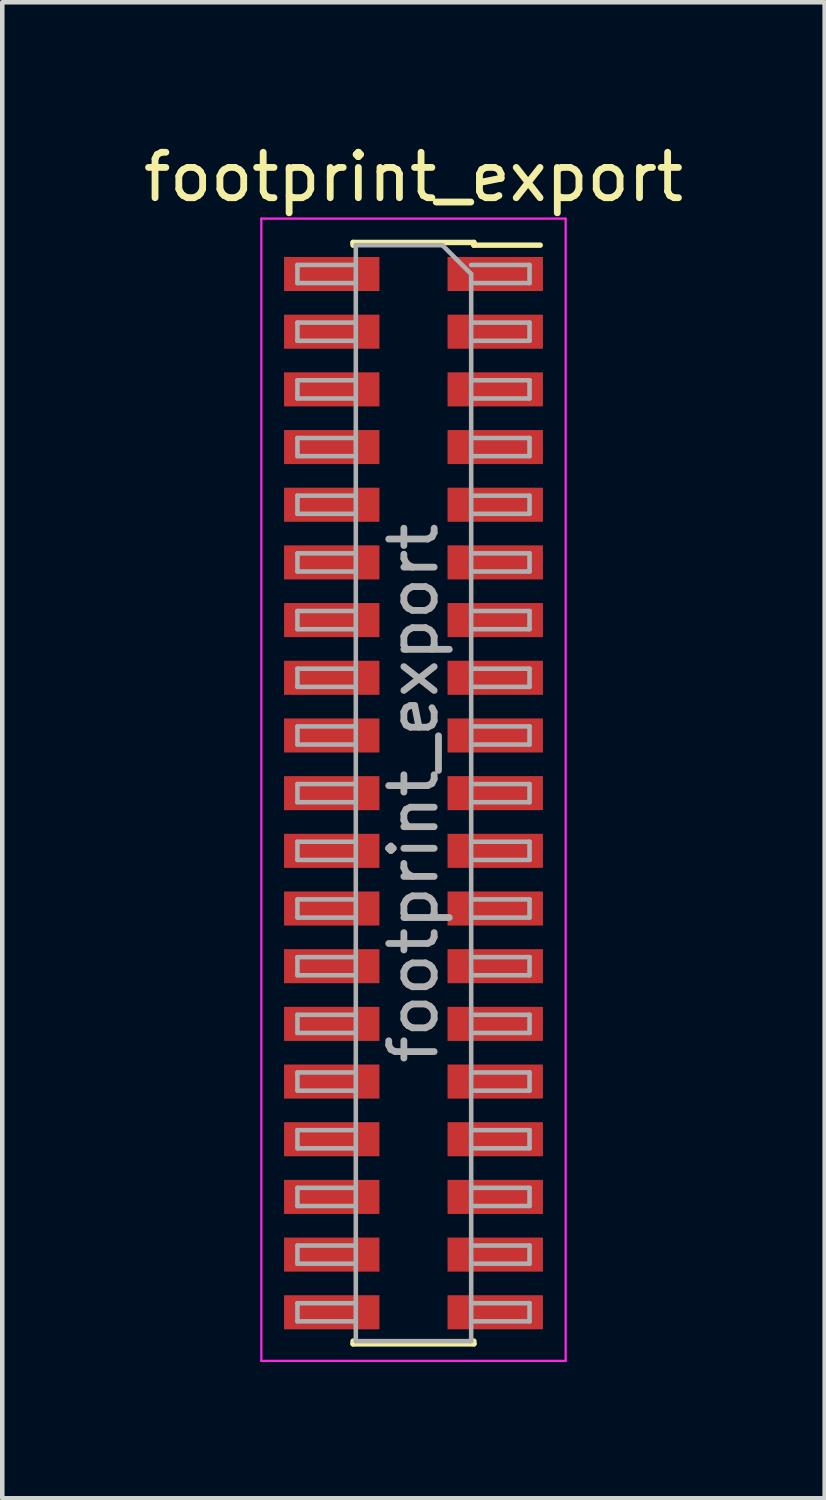
<source format=kicad_pcb>
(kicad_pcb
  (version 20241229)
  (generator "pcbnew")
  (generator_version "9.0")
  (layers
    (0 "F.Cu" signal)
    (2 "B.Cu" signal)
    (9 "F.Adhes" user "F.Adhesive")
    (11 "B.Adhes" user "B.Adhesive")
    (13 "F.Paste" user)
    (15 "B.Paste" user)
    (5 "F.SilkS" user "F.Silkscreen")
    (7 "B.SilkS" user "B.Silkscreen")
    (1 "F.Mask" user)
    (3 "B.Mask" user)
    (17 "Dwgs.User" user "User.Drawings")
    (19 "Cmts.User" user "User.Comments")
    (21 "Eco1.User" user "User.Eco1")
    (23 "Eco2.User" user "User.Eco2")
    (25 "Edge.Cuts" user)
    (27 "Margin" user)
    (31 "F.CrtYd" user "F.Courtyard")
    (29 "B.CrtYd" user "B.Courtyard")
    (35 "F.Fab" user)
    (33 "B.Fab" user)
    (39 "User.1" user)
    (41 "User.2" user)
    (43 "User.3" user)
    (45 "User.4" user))
  (footprint "footprint_export"
    (layer "F.Cu")
    (at 6.054 14.413)
    (property "Reference" "footprint_export" (at 0 -13.565 0) (layer "F.SilkS") (effects (font (size 1 1) (thickness 0.15))))
    (attr smd)
    (fp_line (start -1.33 -12.125) (end -1.33 -12.065) (stroke (width 0.12) (type solid)) (layer "F.SilkS"))
    (fp_line (start -1.33 -12.125) (end 1.33 -12.125) (stroke (width 0.12) (type solid)) (layer "F.SilkS"))
    (fp_line (start -1.33 12.065) (end -1.33 12.125) (stroke (width 0.12) (type solid)) (layer "F.SilkS"))
    (fp_line (start -1.33 12.125) (end 1.33 12.125) (stroke (width 0.12) (type solid)) (layer "F.SilkS"))
    (fp_line (start 1.33 -12.125) (end 1.33 -12.065) (stroke (width 0.12) (type solid)) (layer "F.SilkS"))
    (fp_line (start 1.33 -12.065) (end 2.79 -12.065) (stroke (width 0.12) (type solid)) (layer "F.SilkS"))
    (fp_line (start 1.33 12.065) (end 1.33 12.125) (stroke (width 0.12) (type solid)) (layer "F.SilkS"))
    (fp_line (start -3.35 -12.65) (end 3.35 -12.65) (stroke (width 0.05) (type solid)) (layer "F.CrtYd"))
    (fp_line (start -3.35 12.5) (end -3.35 -12.65) (stroke (width 0.05) (type solid)) (layer "F.CrtYd"))
    (fp_line (start 3.35 -12.65) (end 3.35 12.5) (stroke (width 0.05) (type solid)) (layer "F.CrtYd"))
    (fp_line (start 3.35 12.5) (end -3.35 12.5) (stroke (width 0.05) (type solid)) (layer "F.CrtYd"))
    (fp_line (start -2.555 -11.63) (end -1.27 -11.63) (stroke (width 0.1) (type solid)) (layer "F.Fab"))
    (fp_line (start -2.555 -11.23) (end -2.555 -11.63) (stroke (width 0.1) (type solid)) (layer "F.Fab"))
    (fp_line (start -2.555 -10.36) (end -1.27 -10.36) (stroke (width 0.1) (type solid)) (layer "F.Fab"))
    (fp_line (start -2.555 -9.96) (end -2.555 -10.36) (stroke (width 0.1) (type solid)) (layer "F.Fab"))
    (fp_line (start -2.555 -9.09) (end -1.27 -9.09) (stroke (width 0.1) (type solid)) (layer "F.Fab"))
    (fp_line (start -2.555 -8.69) (end -2.555 -9.09) (stroke (width 0.1) (type solid)) (layer "F.Fab"))
    (fp_line (start -2.555 -7.82) (end -1.27 -7.82) (stroke (width 0.1) (type solid)) (layer "F.Fab"))
    (fp_line (start -2.555 -7.42) (end -2.555 -7.82) (stroke (width 0.1) (type solid)) (layer "F.Fab"))
    (fp_line (start -2.555 -6.55) (end -1.27 -6.55) (stroke (width 0.1) (type solid)) (layer "F.Fab"))
    (fp_line (start -2.555 -6.15) (end -2.555 -6.55) (stroke (width 0.1) (type solid)) (layer "F.Fab"))
    (fp_line (start -2.555 -5.28) (end -1.27 -5.28) (stroke (width 0.1) (type solid)) (layer "F.Fab"))
    (fp_line (start -2.555 -4.88) (end -2.555 -5.28) (stroke (width 0.1) (type solid)) (layer "F.Fab"))
    (fp_line (start -2.555 -4.01) (end -1.27 -4.01) (stroke (width 0.1) (type solid)) (layer "F.Fab"))
    (fp_line (start -2.555 -3.61) (end -2.555 -4.01) (stroke (width 0.1) (type solid)) (layer "F.Fab"))
    (fp_line (start -2.555 -2.74) (end -1.27 -2.74) (stroke (width 0.1) (type solid)) (layer "F.Fab"))
    (fp_line (start -2.555 -2.34) (end -2.555 -2.74) (stroke (width 0.1) (type solid)) (layer "F.Fab"))
    (fp_line (start -2.555 -1.47) (end -1.27 -1.47) (stroke (width 0.1) (type solid)) (layer "F.Fab"))
    (fp_line (start -2.555 -1.07) (end -2.555 -1.47) (stroke (width 0.1) (type solid)) (layer "F.Fab"))
    (fp_line (start -2.555 -0.2) (end -1.27 -0.2) (stroke (width 0.1) (type solid)) (layer "F.Fab"))
    (fp_line (start -2.555 0.2) (end -2.555 -0.2) (stroke (width 0.1) (type solid)) (layer "F.Fab"))
    (fp_line (start -2.555 1.07) (end -1.27 1.07) (stroke (width 0.1) (type solid)) (layer "F.Fab"))
    (fp_line (start -2.555 1.47) (end -2.555 1.07) (stroke (width 0.1) (type solid)) (layer "F.Fab"))
    (fp_line (start -2.555 2.34) (end -1.27 2.34) (stroke (width 0.1) (type solid)) (layer "F.Fab"))
    (fp_line (start -2.555 2.74) (end -2.555 2.34) (stroke (width 0.1) (type solid)) (layer "F.Fab"))
    (fp_line (start -2.555 3.61) (end -1.27 3.61) (stroke (width 0.1) (type solid)) (layer "F.Fab"))
    (fp_line (start -2.555 4.01) (end -2.555 3.61) (stroke (width 0.1) (type solid)) (layer "F.Fab"))
    (fp_line (start -2.555 4.88) (end -1.27 4.88) (stroke (width 0.1) (type solid)) (layer "F.Fab"))
    (fp_line (start -2.555 5.28) (end -2.555 4.88) (stroke (width 0.1) (type solid)) (layer "F.Fab"))
    (fp_line (start -2.555 6.15) (end -1.27 6.15) (stroke (width 0.1) (type solid)) (layer "F.Fab"))
    (fp_line (start -2.555 6.55) (end -2.555 6.15) (stroke (width 0.1) (type solid)) (layer "F.Fab"))
    (fp_line (start -2.555 7.42) (end -1.27 7.42) (stroke (width 0.1) (type solid)) (layer "F.Fab"))
    (fp_line (start -2.555 7.82) (end -2.555 7.42) (stroke (width 0.1) (type solid)) (layer "F.Fab"))
    (fp_line (start -2.555 8.69) (end -1.27 8.69) (stroke (width 0.1) (type solid)) (layer "F.Fab"))
    (fp_line (start -2.555 9.09) (end -2.555 8.69) (stroke (width 0.1) (type solid)) (layer "F.Fab"))
    (fp_line (start -2.555 9.96) (end -1.27 9.96) (stroke (width 0.1) (type solid)) (layer "F.Fab"))
    (fp_line (start -2.555 10.36) (end -2.555 9.96) (stroke (width 0.1) (type solid)) (layer "F.Fab"))
    (fp_line (start -2.555 11.23) (end -1.27 11.23) (stroke (width 0.1) (type solid)) (layer "F.Fab"))
    (fp_line (start -2.555 11.63) (end -2.555 11.23) (stroke (width 0.1) (type solid)) (layer "F.Fab"))
    (fp_line (start -1.27 -12.065) (end 0.635 -12.065) (stroke (width 0.1) (type solid)) (layer "F.Fab"))
    (fp_line (start -1.27 -11.23) (end -2.555 -11.23) (stroke (width 0.1) (type solid)) (layer "F.Fab"))
    (fp_line (start -1.27 -9.96) (end -2.555 -9.96) (stroke (width 0.1) (type solid)) (layer "F.Fab"))
    (fp_line (start -1.27 -8.69) (end -2.555 -8.69) (stroke (width 0.1) (type solid)) (layer "F.Fab"))
    (fp_line (start -1.27 -7.42) (end -2.555 -7.42) (stroke (width 0.1) (type solid)) (layer "F.Fab"))
    (fp_line (start -1.27 -6.15) (end -2.555 -6.15) (stroke (width 0.1) (type solid)) (layer "F.Fab"))
    (fp_line (start -1.27 -4.88) (end -2.555 -4.88) (stroke (width 0.1) (type solid)) (layer "F.Fab"))
    (fp_line (start -1.27 -3.61) (end -2.555 -3.61) (stroke (width 0.1) (type solid)) (layer "F.Fab"))
    (fp_line (start -1.27 -2.34) (end -2.555 -2.34) (stroke (width 0.1) (type solid)) (layer "F.Fab"))
    (fp_line (start -1.27 -1.07) (end -2.555 -1.07) (stroke (width 0.1) (type solid)) (layer "F.Fab"))
    (fp_line (start -1.27 0.2) (end -2.555 0.2) (stroke (width 0.1) (type solid)) (layer "F.Fab"))
    (fp_line (start -1.27 1.47) (end -2.555 1.47) (stroke (width 0.1) (type solid)) (layer "F.Fab"))
    (fp_line (start -1.27 2.74) (end -2.555 2.74) (stroke (width 0.1) (type solid)) (layer "F.Fab"))
    (fp_line (start -1.27 4.01) (end -2.555 4.01) (stroke (width 0.1) (type solid)) (layer "F.Fab"))
    (fp_line (start -1.27 5.28) (end -2.555 5.28) (stroke (width 0.1) (type solid)) (layer "F.Fab"))
    (fp_line (start -1.27 6.55) (end -2.555 6.55) (stroke (width 0.1) (type solid)) (layer "F.Fab"))
    (fp_line (start -1.27 7.82) (end -2.555 7.82) (stroke (width 0.1) (type solid)) (layer "F.Fab"))
    (fp_line (start -1.27 9.09) (end -2.555 9.09) (stroke (width 0.1) (type solid)) (layer "F.Fab"))
    (fp_line (start -1.27 10.36) (end -2.555 10.36) (stroke (width 0.1) (type solid)) (layer "F.Fab"))
    (fp_line (start -1.27 11.63) (end -2.555 11.63) (stroke (width 0.1) (type solid)) (layer "F.Fab"))
    (fp_line (start -1.27 12.065) (end -1.27 -12.065) (stroke (width 0.1) (type solid)) (layer "F.Fab"))
    (fp_line (start 0.635 -12.065) (end 1.27 -11.43) (stroke (width 0.1) (type solid)) (layer "F.Fab"))
    (fp_line (start 1.27 -11.63) (end 2.555 -11.63) (stroke (width 0.1) (type solid)) (layer "F.Fab"))
    (fp_line (start 1.27 -11.43) (end 1.27 12.065) (stroke (width 0.1) (type solid)) (layer "F.Fab"))
    (fp_line (start 1.27 -10.36) (end 2.555 -10.36) (stroke (width 0.1) (type solid)) (layer "F.Fab"))
    (fp_line (start 1.27 -9.09) (end 2.555 -9.09) (stroke (width 0.1) (type solid)) (layer "F.Fab"))
    (fp_line (start 1.27 -7.82) (end 2.555 -7.82) (stroke (width 0.1) (type solid)) (layer "F.Fab"))
    (fp_line (start 1.27 -6.55) (end 2.555 -6.55) (stroke (width 0.1) (type solid)) (layer "F.Fab"))
    (fp_line (start 1.27 -5.28) (end 2.555 -5.28) (stroke (width 0.1) (type solid)) (layer "F.Fab"))
    (fp_line (start 1.27 -4.01) (end 2.555 -4.01) (stroke (width 0.1) (type solid)) (layer "F.Fab"))
    (fp_line (start 1.27 -2.74) (end 2.555 -2.74) (stroke (width 0.1) (type solid)) (layer "F.Fab"))
    (fp_line (start 1.27 -1.47) (end 2.555 -1.47) (stroke (width 0.1) (type solid)) (layer "F.Fab"))
    (fp_line (start 1.27 -0.2) (end 2.555 -0.2) (stroke (width 0.1) (type solid)) (layer "F.Fab"))
    (fp_line (start 1.27 1.07) (end 2.555 1.07) (stroke (width 0.1) (type solid)) (layer "F.Fab"))
    (fp_line (start 1.27 2.34) (end 2.555 2.34) (stroke (width 0.1) (type solid)) (layer "F.Fab"))
    (fp_line (start 1.27 3.61) (end 2.555 3.61) (stroke (width 0.1) (type solid)) (layer "F.Fab"))
    (fp_line (start 1.27 4.88) (end 2.555 4.88) (stroke (width 0.1) (type solid)) (layer "F.Fab"))
    (fp_line (start 1.27 6.15) (end 2.555 6.15) (stroke (width 0.1) (type solid)) (layer "F.Fab"))
    (fp_line (start 1.27 7.42) (end 2.555 7.42) (stroke (width 0.1) (type solid)) (layer "F.Fab"))
    (fp_line (start 1.27 8.69) (end 2.555 8.69) (stroke (width 0.1) (type solid)) (layer "F.Fab"))
    (fp_line (start 1.27 9.96) (end 2.555 9.96) (stroke (width 0.1) (type solid)) (layer "F.Fab"))
    (fp_line (start 1.27 11.23) (end 2.555 11.23) (stroke (width 0.1) (type solid)) (layer "F.Fab"))
    (fp_line (start 1.27 12.065) (end -1.27 12.065) (stroke (width 0.1) (type solid)) (layer "F.Fab"))
    (fp_line (start 2.555 -11.63) (end 2.555 -11.23) (stroke (width 0.1) (type solid)) (layer "F.Fab"))
    (fp_line (start 2.555 -11.23) (end 1.27 -11.23) (stroke (width 0.1) (type solid)) (layer "F.Fab"))
    (fp_line (start 2.555 -10.36) (end 2.555 -9.96) (stroke (width 0.1) (type solid)) (layer "F.Fab"))
    (fp_line (start 2.555 -9.96) (end 1.27 -9.96) (stroke (width 0.1) (type solid)) (layer "F.Fab"))
    (fp_line (start 2.555 -9.09) (end 2.555 -8.69) (stroke (width 0.1) (type solid)) (layer "F.Fab"))
    (fp_line (start 2.555 -8.69) (end 1.27 -8.69) (stroke (width 0.1) (type solid)) (layer "F.Fab"))
    (fp_line (start 2.555 -7.82) (end 2.555 -7.42) (stroke (width 0.1) (type solid)) (layer "F.Fab"))
    (fp_line (start 2.555 -7.42) (end 1.27 -7.42) (stroke (width 0.1) (type solid)) (layer "F.Fab"))
    (fp_line (start 2.555 -6.55) (end 2.555 -6.15) (stroke (width 0.1) (type solid)) (layer "F.Fab"))
    (fp_line (start 2.555 -6.15) (end 1.27 -6.15) (stroke (width 0.1) (type solid)) (layer "F.Fab"))
    (fp_line (start 2.555 -5.28) (end 2.555 -4.88) (stroke (width 0.1) (type solid)) (layer "F.Fab"))
    (fp_line (start 2.555 -4.88) (end 1.27 -4.88) (stroke (width 0.1) (type solid)) (layer "F.Fab"))
    (fp_line (start 2.555 -4.01) (end 2.555 -3.61) (stroke (width 0.1) (type solid)) (layer "F.Fab"))
    (fp_line (start 2.555 -3.61) (end 1.27 -3.61) (stroke (width 0.1) (type solid)) (layer "F.Fab"))
    (fp_line (start 2.555 -2.74) (end 2.555 -2.34) (stroke (width 0.1) (type solid)) (layer "F.Fab"))
    (fp_line (start 2.555 -2.34) (end 1.27 -2.34) (stroke (width 0.1) (type solid)) (layer "F.Fab"))
    (fp_line (start 2.555 -1.47) (end 2.555 -1.07) (stroke (width 0.1) (type solid)) (layer "F.Fab"))
    (fp_line (start 2.555 -1.07) (end 1.27 -1.07) (stroke (width 0.1) (type solid)) (layer "F.Fab"))
    (fp_line (start 2.555 -0.2) (end 2.555 0.2) (stroke (width 0.1) (type solid)) (layer "F.Fab"))
    (fp_line (start 2.555 0.2) (end 1.27 0.2) (stroke (width 0.1) (type solid)) (layer "F.Fab"))
    (fp_line (start 2.555 1.07) (end 2.555 1.47) (stroke (width 0.1) (type solid)) (layer "F.Fab"))
    (fp_line (start 2.555 1.47) (end 1.27 1.47) (stroke (width 0.1) (type solid)) (layer "F.Fab"))
    (fp_line (start 2.555 2.34) (end 2.555 2.74) (stroke (width 0.1) (type solid)) (layer "F.Fab"))
    (fp_line (start 2.555 2.74) (end 1.27 2.74) (stroke (width 0.1) (type solid)) (layer "F.Fab"))
    (fp_line (start 2.555 3.61) (end 2.555 4.01) (stroke (width 0.1) (type solid)) (layer "F.Fab"))
    (fp_line (start 2.555 4.01) (end 1.27 4.01) (stroke (width 0.1) (type solid)) (layer "F.Fab"))
    (fp_line (start 2.555 4.88) (end 2.555 5.28) (stroke (width 0.1) (type solid)) (layer "F.Fab"))
    (fp_line (start 2.555 5.28) (end 1.27 5.28) (stroke (width 0.1) (type solid)) (layer "F.Fab"))
    (fp_line (start 2.555 6.15) (end 2.555 6.55) (stroke (width 0.1) (type solid)) (layer "F.Fab"))
    (fp_line (start 2.555 6.55) (end 1.27 6.55) (stroke (width 0.1) (type solid)) (layer "F.Fab"))
    (fp_line (start 2.555 7.42) (end 2.555 7.82) (stroke (width 0.1) (type solid)) (layer "F.Fab"))
    (fp_line (start 2.555 7.82) (end 1.27 7.82) (stroke (width 0.1) (type solid)) (layer "F.Fab"))
    (fp_line (start 2.555 8.69) (end 2.555 9.09) (stroke (width 0.1) (type solid)) (layer "F.Fab"))
    (fp_line (start 2.555 9.09) (end 1.27 9.09) (stroke (width 0.1) (type solid)) (layer "F.Fab"))
    (fp_line (start 2.555 9.96) (end 2.555 10.36) (stroke (width 0.1) (type solid)) (layer "F.Fab"))
    (fp_line (start 2.555 10.36) (end 1.27 10.36) (stroke (width 0.1) (type solid)) (layer "F.Fab"))
    (fp_line (start 2.555 11.23) (end 2.555 11.63) (stroke (width 0.1) (type solid)) (layer "F.Fab"))
    (fp_line (start 2.555 11.63) (end 1.27 11.63) (stroke (width 0.1) (type solid)) (layer "F.Fab"))
    (fp_text user "${REFERENCE}" (at 0 0 90) (layer "F.Fab") (effects (font (size 1 1) (thickness 0.15))))
    (pad "1" smd rect (at 1.8 -11.43) (size 2.1 0.75) (layers "F.Cu" "F.Mask" "F.Paste"))
    (pad "2" smd rect (at -1.8 -11.43) (size 2.1 0.75) (layers "F.Cu" "F.Mask" "F.Paste"))
    (pad "3" smd rect (at 1.8 -10.16) (size 2.1 0.75) (layers "F.Cu" "F.Mask" "F.Paste"))
    (pad "4" smd rect (at -1.8 -10.16) (size 2.1 0.75) (layers "F.Cu" "F.Mask" "F.Paste"))
    (pad "5" smd rect (at 1.8 -8.89) (size 2.1 0.75) (layers "F.Cu" "F.Mask" "F.Paste"))
    (pad "6" smd rect (at -1.8 -8.89) (size 2.1 0.75) (layers "F.Cu" "F.Mask" "F.Paste"))
    (pad "7" smd rect (at 1.8 -7.62) (size 2.1 0.75) (layers "F.Cu" "F.Mask" "F.Paste"))
    (pad "8" smd rect (at -1.8 -7.62) (size 2.1 0.75) (layers "F.Cu" "F.Mask" "F.Paste"))
    (pad "9" smd rect (at 1.8 -6.35) (size 2.1 0.75) (layers "F.Cu" "F.Mask" "F.Paste"))
    (pad "10" smd rect (at -1.8 -6.35) (size 2.1 0.75) (layers "F.Cu" "F.Mask" "F.Paste"))
    (pad "11" smd rect (at 1.8 -5.08) (size 2.1 0.75) (layers "F.Cu" "F.Mask" "F.Paste"))
    (pad "12" smd rect (at -1.8 -5.08) (size 2.1 0.75) (layers "F.Cu" "F.Mask" "F.Paste"))
    (pad "13" smd rect (at 1.8 -3.81) (size 2.1 0.75) (layers "F.Cu" "F.Mask" "F.Paste"))
    (pad "14" smd rect (at -1.8 -3.81) (size 2.1 0.75) (layers "F.Cu" "F.Mask" "F.Paste"))
    (pad "15" smd rect (at 1.8 -2.54) (size 2.1 0.75) (layers "F.Cu" "F.Mask" "F.Paste"))
    (pad "16" smd rect (at -1.8 -2.54) (size 2.1 0.75) (layers "F.Cu" "F.Mask" "F.Paste"))
    (pad "17" smd rect (at 1.8 -1.27) (size 2.1 0.75) (layers "F.Cu" "F.Mask" "F.Paste"))
    (pad "18" smd rect (at -1.8 -1.27) (size 2.1 0.75) (layers "F.Cu" "F.Mask" "F.Paste"))
    (pad "19" smd rect (at 1.8 0) (size 2.1 0.75) (layers "F.Cu" "F.Mask" "F.Paste"))
    (pad "20" smd rect (at -1.8 0) (size 2.1 0.75) (layers "F.Cu" "F.Mask" "F.Paste"))
    (pad "21" smd rect (at 1.8 1.27) (size 2.1 0.75) (layers "F.Cu" "F.Mask" "F.Paste"))
    (pad "22" smd rect (at -1.8 1.27) (size 2.1 0.75) (layers "F.Cu" "F.Mask" "F.Paste"))
    (pad "23" smd rect (at 1.8 2.54) (size 2.1 0.75) (layers "F.Cu" "F.Mask" "F.Paste"))
    (pad "24" smd rect (at -1.8 2.54) (size 2.1 0.75) (layers "F.Cu" "F.Mask" "F.Paste"))
    (pad "25" smd rect (at 1.8 3.81) (size 2.1 0.75) (layers "F.Cu" "F.Mask" "F.Paste"))
    (pad "26" smd rect (at -1.8 3.81) (size 2.1 0.75) (layers "F.Cu" "F.Mask" "F.Paste"))
    (pad "27" smd rect (at 1.8 5.08) (size 2.1 0.75) (layers "F.Cu" "F.Mask" "F.Paste"))
    (pad "28" smd rect (at -1.8 5.08) (size 2.1 0.75) (layers "F.Cu" "F.Mask" "F.Paste"))
    (pad "29" smd rect (at 1.8 6.35) (size 2.1 0.75) (layers "F.Cu" "F.Mask" "F.Paste"))
    (pad "30" smd rect (at -1.8 6.35) (size 2.1 0.75) (layers "F.Cu" "F.Mask" "F.Paste"))
    (pad "31" smd rect (at 1.8 7.62) (size 2.1 0.75) (layers "F.Cu" "F.Mask" "F.Paste"))
    (pad "32" smd rect (at -1.8 7.62) (size 2.1 0.75) (layers "F.Cu" "F.Mask" "F.Paste"))
    (pad "33" smd rect (at 1.8 8.89) (size 2.1 0.75) (layers "F.Cu" "F.Mask" "F.Paste"))
    (pad "34" smd rect (at -1.8 8.89) (size 2.1 0.75) (layers "F.Cu" "F.Mask" "F.Paste"))
    (pad "35" smd rect (at 1.8 10.16) (size 2.1 0.75) (layers "F.Cu" "F.Mask" "F.Paste"))
    (pad "36" smd rect (at -1.8 10.16) (size 2.1 0.75) (layers "F.Cu" "F.Mask" "F.Paste"))
    (pad "37" smd rect (at 1.8 11.43) (size 2.1 0.75) (layers "F.Cu" "F.Mask" "F.Paste"))
    (pad "38" smd rect (at -1.8 11.43) (size 2.1 0.75) (layers "F.Cu" "F.Mask" "F.Paste")))
  (gr_rect
    (start -3 -3)
    (end 15.107 29.938)
    (stroke (width 0.1) (type default))
    (fill no)
    (layer "Edge.Cuts")))
</source>
